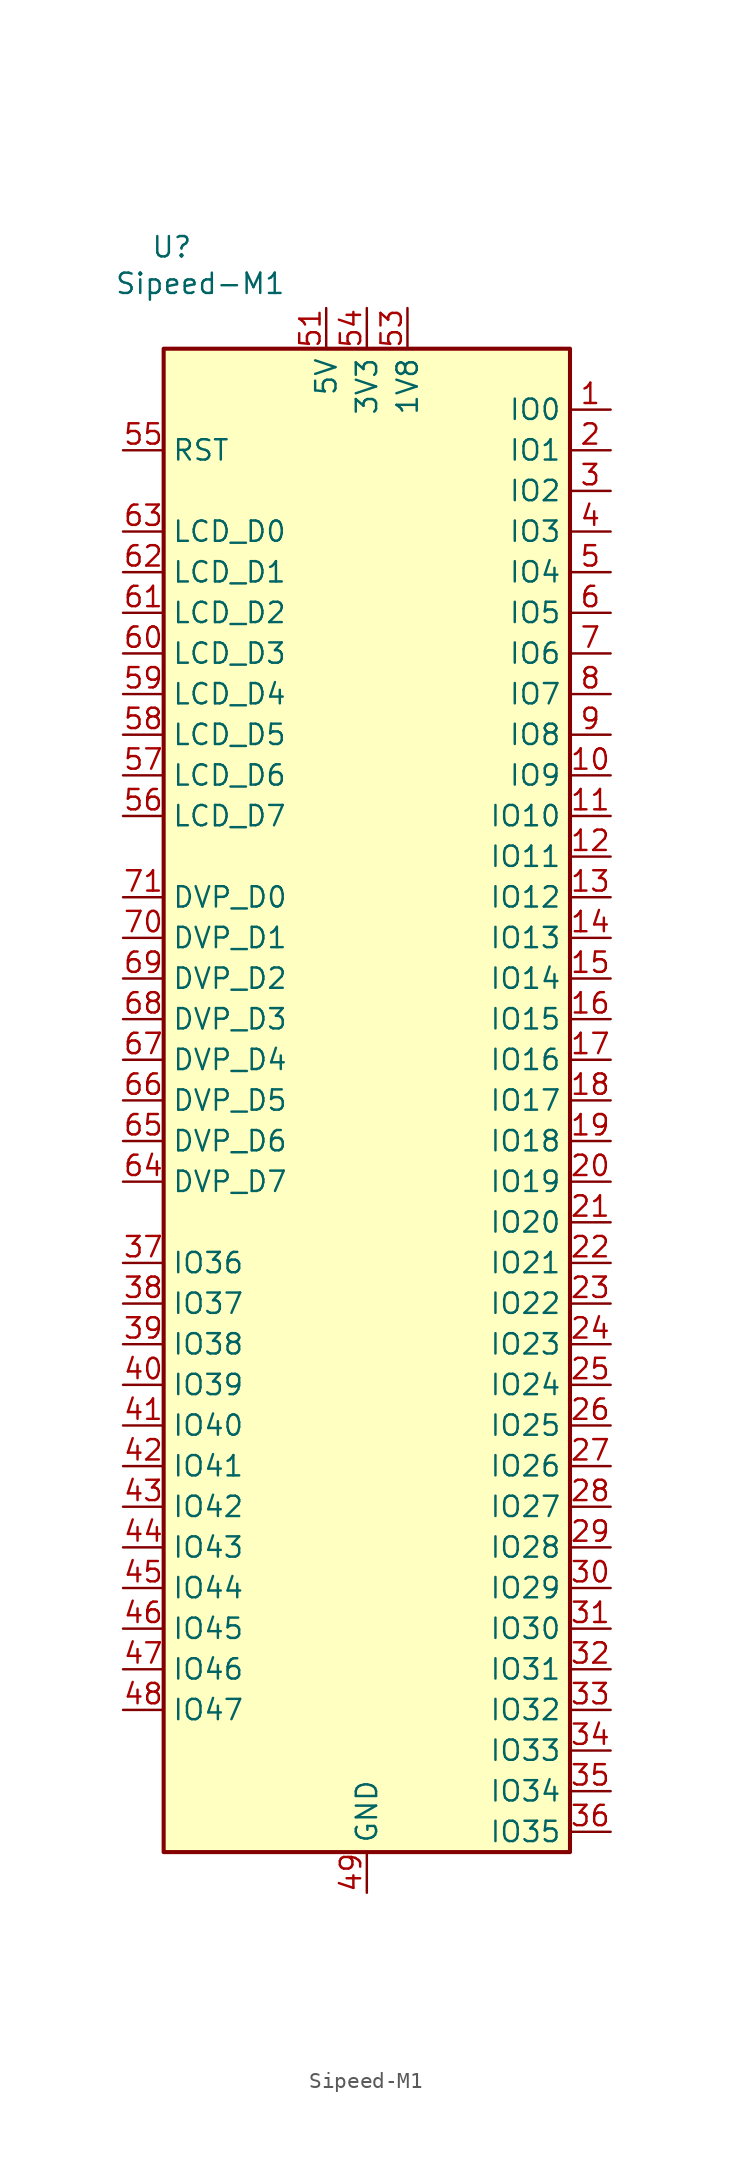
<source format=kicad_sym>
(kicad_symbol_lib
  (version 20231120)
  (generator "kicad_symbol_editor")
  (generator_version "8.0")
  (symbol "Sipeed-M1"
    (property "Reference" "U"
      (at -12.192 53.34 0)
      (effects (font (size 1.27 1.27))))
    (property "Value" "Sipeed-M1"
      (at -10.414 51.054 0)
      (effects (font (size 1.27 1.27))))
    (symbol "Sipeed-M1_0_1"
      (rectangle (start -12.7 46.99) (end 12.7 -46.99) (stroke (width 0.254) (type default)) (fill (type background))))
    (symbol "Sipeed-M1_1_1"
      (pin bidirectional line (at 15.24 43.18 180) (length 2.54) (name "IO0" (effects (font (size 1.27 1.27)))) (number "1" (effects (font (size 1.27 1.27)))))
      (pin bidirectional line (at 15.24 20.32 180) (length 2.54) (name "IO9" (effects (font (size 1.27 1.27)))) (number "10" (effects (font (size 1.27 1.27)))))
      (pin bidirectional line (at 15.24 17.78 180) (length 2.54) (name "IO10" (effects (font (size 1.27 1.27)))) (number "11" (effects (font (size 1.27 1.27)))))
      (pin bidirectional line (at 15.24 15.24 180) (length 2.54) (name "IO11" (effects (font (size 1.27 1.27)))) (number "12" (effects (font (size 1.27 1.27)))))
      (pin bidirectional line (at 15.24 12.7 180) (length 2.54) (name "IO12" (effects (font (size 1.27 1.27)))) (number "13" (effects (font (size 1.27 1.27)))))
      (pin bidirectional line (at 15.24 10.16 180) (length 2.54) (name "IO13" (effects (font (size 1.27 1.27)))) (number "14" (effects (font (size 1.27 1.27)))))
      (pin bidirectional line (at 15.24 7.62 180) (length 2.54) (name "IO14" (effects (font (size 1.27 1.27)))) (number "15" (effects (font (size 1.27 1.27)))))
      (pin bidirectional line (at 15.24 5.08 180) (length 2.54) (name "IO15" (effects (font (size 1.27 1.27)))) (number "16" (effects (font (size 1.27 1.27)))))
      (pin bidirectional line (at 15.24 2.54 180) (length 2.54) (name "IO16" (effects (font (size 1.27 1.27)))) (number "17" (effects (font (size 1.27 1.27)))))
      (pin bidirectional line (at 15.24 0 180) (length 2.54) (name "IO17" (effects (font (size 1.27 1.27)))) (number "18" (effects (font (size 1.27 1.27)))))
      (pin bidirectional line (at 15.24 -2.54 180) (length 2.54) (name "IO18" (effects (font (size 1.27 1.27)))) (number "19" (effects (font (size 1.27 1.27)))))
      (pin bidirectional line (at 15.24 40.64 180) (length 2.54) (name "IO1" (effects (font (size 1.27 1.27)))) (number "2" (effects (font (size 1.27 1.27)))))
      (pin bidirectional line (at 15.24 -5.08 180) (length 2.54) (name "IO19" (effects (font (size 1.27 1.27)))) (number "20" (effects (font (size 1.27 1.27)))))
      (pin bidirectional line (at 15.24 -7.62 180) (length 2.54) (name "IO20" (effects (font (size 1.27 1.27)))) (number "21" (effects (font (size 1.27 1.27)))))
      (pin bidirectional line (at 15.24 -10.16 180) (length 2.54) (name "IO21" (effects (font (size 1.27 1.27)))) (number "22" (effects (font (size 1.27 1.27)))))
      (pin bidirectional line (at 15.24 -12.7 180) (length 2.54) (name "IO22" (effects (font (size 1.27 1.27)))) (number "23" (effects (font (size 1.27 1.27)))))
      (pin bidirectional line (at 15.24 -15.24 180) (length 2.54) (name "IO23" (effects (font (size 1.27 1.27)))) (number "24" (effects (font (size 1.27 1.27)))))
      (pin bidirectional line (at 15.24 -17.78 180) (length 2.54) (name "IO24" (effects (font (size 1.27 1.27)))) (number "25" (effects (font (size 1.27 1.27)))))
      (pin bidirectional line (at 15.24 -20.32 180) (length 2.54) (name "IO25" (effects (font (size 1.27 1.27)))) (number "26" (effects (font (size 1.27 1.27)))))
      (pin bidirectional line (at 15.24 -22.86 180) (length 2.54) (name "IO26" (effects (font (size 1.27 1.27)))) (number "27" (effects (font (size 1.27 1.27)))))
      (pin bidirectional line (at 15.24 -25.4 180) (length 2.54) (name "IO27" (effects (font (size 1.27 1.27)))) (number "28" (effects (font (size 1.27 1.27)))))
      (pin bidirectional line (at 15.24 -27.94 180) (length 2.54) (name "IO28" (effects (font (size 1.27 1.27)))) (number "29" (effects (font (size 1.27 1.27)))))
      (pin bidirectional line (at 15.24 38.1 180) (length 2.54) (name "IO2" (effects (font (size 1.27 1.27)))) (number "3" (effects (font (size 1.27 1.27)))))
      (pin bidirectional line (at 15.24 -30.48 180) (length 2.54) (name "IO29" (effects (font (size 1.27 1.27)))) (number "30" (effects (font (size 1.27 1.27)))))
      (pin bidirectional line (at 15.24 -33.02 180) (length 2.54) (name "IO30" (effects (font (size 1.27 1.27)))) (number "31" (effects (font (size 1.27 1.27)))))
      (pin bidirectional line (at 15.24 -35.56 180) (length 2.54) (name "IO31" (effects (font (size 1.27 1.27)))) (number "32" (effects (font (size 1.27 1.27)))))
      (pin bidirectional line (at 15.24 -38.1 180) (length 2.54) (name "IO32" (effects (font (size 1.27 1.27)))) (number "33" (effects (font (size 1.27 1.27)))))
      (pin bidirectional line (at 15.24 -40.64 180) (length 2.54) (name "IO33" (effects (font (size 1.27 1.27)))) (number "34" (effects (font (size 1.27 1.27)))))
      (pin bidirectional line (at 15.24 -43.18 180) (length 2.54) (name "IO34" (effects (font (size 1.27 1.27)))) (number "35" (effects (font (size 1.27 1.27)))))
      (pin bidirectional line (at 15.24 -45.72 180) (length 2.54) (name "IO35" (effects (font (size 1.27 1.27)))) (number "36" (effects (font (size 1.27 1.27)))))
      (pin bidirectional line (at -15.24 -10.16 0) (length 2.54) (name "IO36" (effects (font (size 1.27 1.27)))) (number "37" (effects (font (size 1.27 1.27)))))
      (pin bidirectional line (at -15.24 -12.7 0) (length 2.54) (name "IO37" (effects (font (size 1.27 1.27)))) (number "38" (effects (font (size 1.27 1.27)))))
      (pin bidirectional line (at -15.24 -15.24 0) (length 2.54) (name "IO38" (effects (font (size 1.27 1.27)))) (number "39" (effects (font (size 1.27 1.27)))))
      (pin bidirectional line (at 15.24 35.56 180) (length 2.54) (name "IO3" (effects (font (size 1.27 1.27)))) (number "4" (effects (font (size 1.27 1.27)))))
      (pin bidirectional line (at -15.24 -17.78 0) (length 2.54) (name "IO39" (effects (font (size 1.27 1.27)))) (number "40" (effects (font (size 1.27 1.27)))))
      (pin bidirectional line (at -15.24 -20.32 0) (length 2.54) (name "IO40" (effects (font (size 1.27 1.27)))) (number "41" (effects (font (size 1.27 1.27)))))
      (pin bidirectional line (at -15.24 -22.86 0) (length 2.54) (name "IO41" (effects (font (size 1.27 1.27)))) (number "42" (effects (font (size 1.27 1.27)))))
      (pin bidirectional line (at -15.24 -25.4 0) (length 2.54) (name "IO42" (effects (font (size 1.27 1.27)))) (number "43" (effects (font (size 1.27 1.27)))))
      (pin bidirectional line (at -15.24 -27.94 0) (length 2.54) (name "IO43" (effects (font (size 1.27 1.27)))) (number "44" (effects (font (size 1.27 1.27)))))
      (pin bidirectional line (at -15.24 -30.48 0) (length 2.54) (name "IO44" (effects (font (size 1.27 1.27)))) (number "45" (effects (font (size 1.27 1.27)))))
      (pin bidirectional line (at -15.24 -33.02 0) (length 2.54) (name "IO45" (effects (font (size 1.27 1.27)))) (number "46" (effects (font (size 1.27 1.27)))))
      (pin bidirectional line (at -15.24 -35.56 0) (length 2.54) (name "IO46" (effects (font (size 1.27 1.27)))) (number "47" (effects (font (size 1.27 1.27)))))
      (pin bidirectional line (at -15.24 -38.1 0) (length 2.54) (name "IO47" (effects (font (size 1.27 1.27)))) (number "48" (effects (font (size 1.27 1.27)))))
      (pin power_in line (at 0 -49.53 90) (length 2.54) (name "GND" (effects (font (size 1.27 1.27)))) (number "49" (effects (font (size 1.27 1.27)))))
      (pin bidirectional line (at 15.24 33.02 180) (length 2.54) (name "IO4" (effects (font (size 1.27 1.27)))) (number "5" (effects (font (size 1.27 1.27)))))
      (pin passive line (at 0 -49.53 90) (length 2.54) hide (name "GND" (effects (font (size 1.27 1.27)))) (number "50" (effects (font (size 1.27 1.27)))))
      (pin power_in line (at -2.54 49.53 270) (length 2.54) (name "5V" (effects (font (size 1.27 1.27)))) (number "51" (effects (font (size 1.27 1.27)))))
      (pin passive line (at -2.54 49.53 270) (length 2.54) hide (name "5V" (effects (font (size 1.27 1.27)))) (number "52" (effects (font (size 1.27 1.27)))))
      (pin power_out line (at 2.54 49.53 270) (length 2.54) (name "1V8" (effects (font (size 1.27 1.27)))) (number "53" (effects (font (size 1.27 1.27)))))
      (pin power_out line (at 0 49.53 270) (length 2.54) (name "3V3" (effects (font (size 1.27 1.27)))) (number "54" (effects (font (size 1.27 1.27)))))
      (pin input line (at -15.24 40.64 0) (length 2.54) (name "RST" (effects (font (size 1.27 1.27)))) (number "55" (effects (font (size 1.27 1.27)))))
      (pin bidirectional line (at -15.24 17.78 0) (length 2.54) (name "LCD_D7" (effects (font (size 1.27 1.27)))) (number "56" (effects (font (size 1.27 1.27)))))
      (pin bidirectional line (at -15.24 20.32 0) (length 2.54) (name "LCD_D6" (effects (font (size 1.27 1.27)))) (number "57" (effects (font (size 1.27 1.27)))))
      (pin bidirectional line (at -15.24 22.86 0) (length 2.54) (name "LCD_D5" (effects (font (size 1.27 1.27)))) (number "58" (effects (font (size 1.27 1.27)))))
      (pin bidirectional line (at -15.24 25.4 0) (length 2.54) (name "LCD_D4" (effects (font (size 1.27 1.27)))) (number "59" (effects (font (size 1.27 1.27)))))
      (pin bidirectional line (at 15.24 30.48 180) (length 2.54) (name "IO5" (effects (font (size 1.27 1.27)))) (number "6" (effects (font (size 1.27 1.27)))))
      (pin bidirectional line (at -15.24 27.94 0) (length 2.54) (name "LCD_D3" (effects (font (size 1.27 1.27)))) (number "60" (effects (font (size 1.27 1.27)))))
      (pin bidirectional line (at -15.24 30.48 0) (length 2.54) (name "LCD_D2" (effects (font (size 1.27 1.27)))) (number "61" (effects (font (size 1.27 1.27)))))
      (pin bidirectional line (at -15.24 33.02 0) (length 2.54) (name "LCD_D1" (effects (font (size 1.27 1.27)))) (number "62" (effects (font (size 1.27 1.27)))))
      (pin bidirectional line (at -15.24 35.56 0) (length 2.54) (name "LCD_D0" (effects (font (size 1.27 1.27)))) (number "63" (effects (font (size 1.27 1.27)))))
      (pin bidirectional line (at -15.24 -5.08 0) (length 2.54) (name "DVP_D7" (effects (font (size 1.27 1.27)))) (number "64" (effects (font (size 1.27 1.27)))))
      (pin bidirectional line (at -15.24 -2.54 0) (length 2.54) (name "DVP_D6" (effects (font (size 1.27 1.27)))) (number "65" (effects (font (size 1.27 1.27)))))
      (pin bidirectional line (at -15.24 0 0) (length 2.54) (name "DVP_D5" (effects (font (size 1.27 1.27)))) (number "66" (effects (font (size 1.27 1.27)))))
      (pin bidirectional line (at -15.24 2.54 0) (length 2.54) (name "DVP_D4" (effects (font (size 1.27 1.27)))) (number "67" (effects (font (size 1.27 1.27)))))
      (pin bidirectional line (at -15.24 5.08 0) (length 2.54) (name "DVP_D3" (effects (font (size 1.27 1.27)))) (number "68" (effects (font (size 1.27 1.27)))))
      (pin bidirectional line (at -15.24 7.62 0) (length 2.54) (name "DVP_D2" (effects (font (size 1.27 1.27)))) (number "69" (effects (font (size 1.27 1.27)))))
      (pin bidirectional line (at 15.24 27.94 180) (length 2.54) (name "IO6" (effects (font (size 1.27 1.27)))) (number "7" (effects (font (size 1.27 1.27)))))
      (pin bidirectional line (at -15.24 10.16 0) (length 2.54) (name "DVP_D1" (effects (font (size 1.27 1.27)))) (number "70" (effects (font (size 1.27 1.27)))))
      (pin bidirectional line (at -15.24 12.7 0) (length 2.54) (name "DVP_D0" (effects (font (size 1.27 1.27)))) (number "71" (effects (font (size 1.27 1.27)))))
      (pin passive line (at 0 -49.53 90) (length 2.54) hide (name "GND" (effects (font (size 1.27 1.27)))) (number "72" (effects (font (size 1.27 1.27)))))
      (pin passive line (at 0 -49.53 90) (length 2.54) hide (name "GND" (effects (font (size 1.27 1.27)))) (number "73" (effects (font (size 1.27 1.27)))))
      (pin passive line (at 0 -49.53 90) (length 2.54) hide (name "GND" (effects (font (size 1.27 1.27)))) (number "74" (effects (font (size 1.27 1.27)))))
      (pin passive line (at 0 -49.53 90) (length 2.54) hide (name "GND" (effects (font (size 1.27 1.27)))) (number "75" (effects (font (size 1.27 1.27)))))
      (pin passive line (at 0 -49.53 90) (length 2.54) hide (name "GND" (effects (font (size 1.27 1.27)))) (number "76" (effects (font (size 1.27 1.27)))))
      (pin passive line (at 0 -49.53 90) (length 2.54) hide (name "GND" (effects (font (size 1.27 1.27)))) (number "77" (effects (font (size 1.27 1.27)))))
      (pin bidirectional line (at 15.24 25.4 180) (length 2.54) (name "IO7" (effects (font (size 1.27 1.27)))) (number "8" (effects (font (size 1.27 1.27)))))
      (pin bidirectional line (at 15.24 22.86 180) (length 2.54) (name "IO8" (effects (font (size 1.27 1.27)))) (number "9" (effects (font (size 1.27 1.27))))))))
</source>
